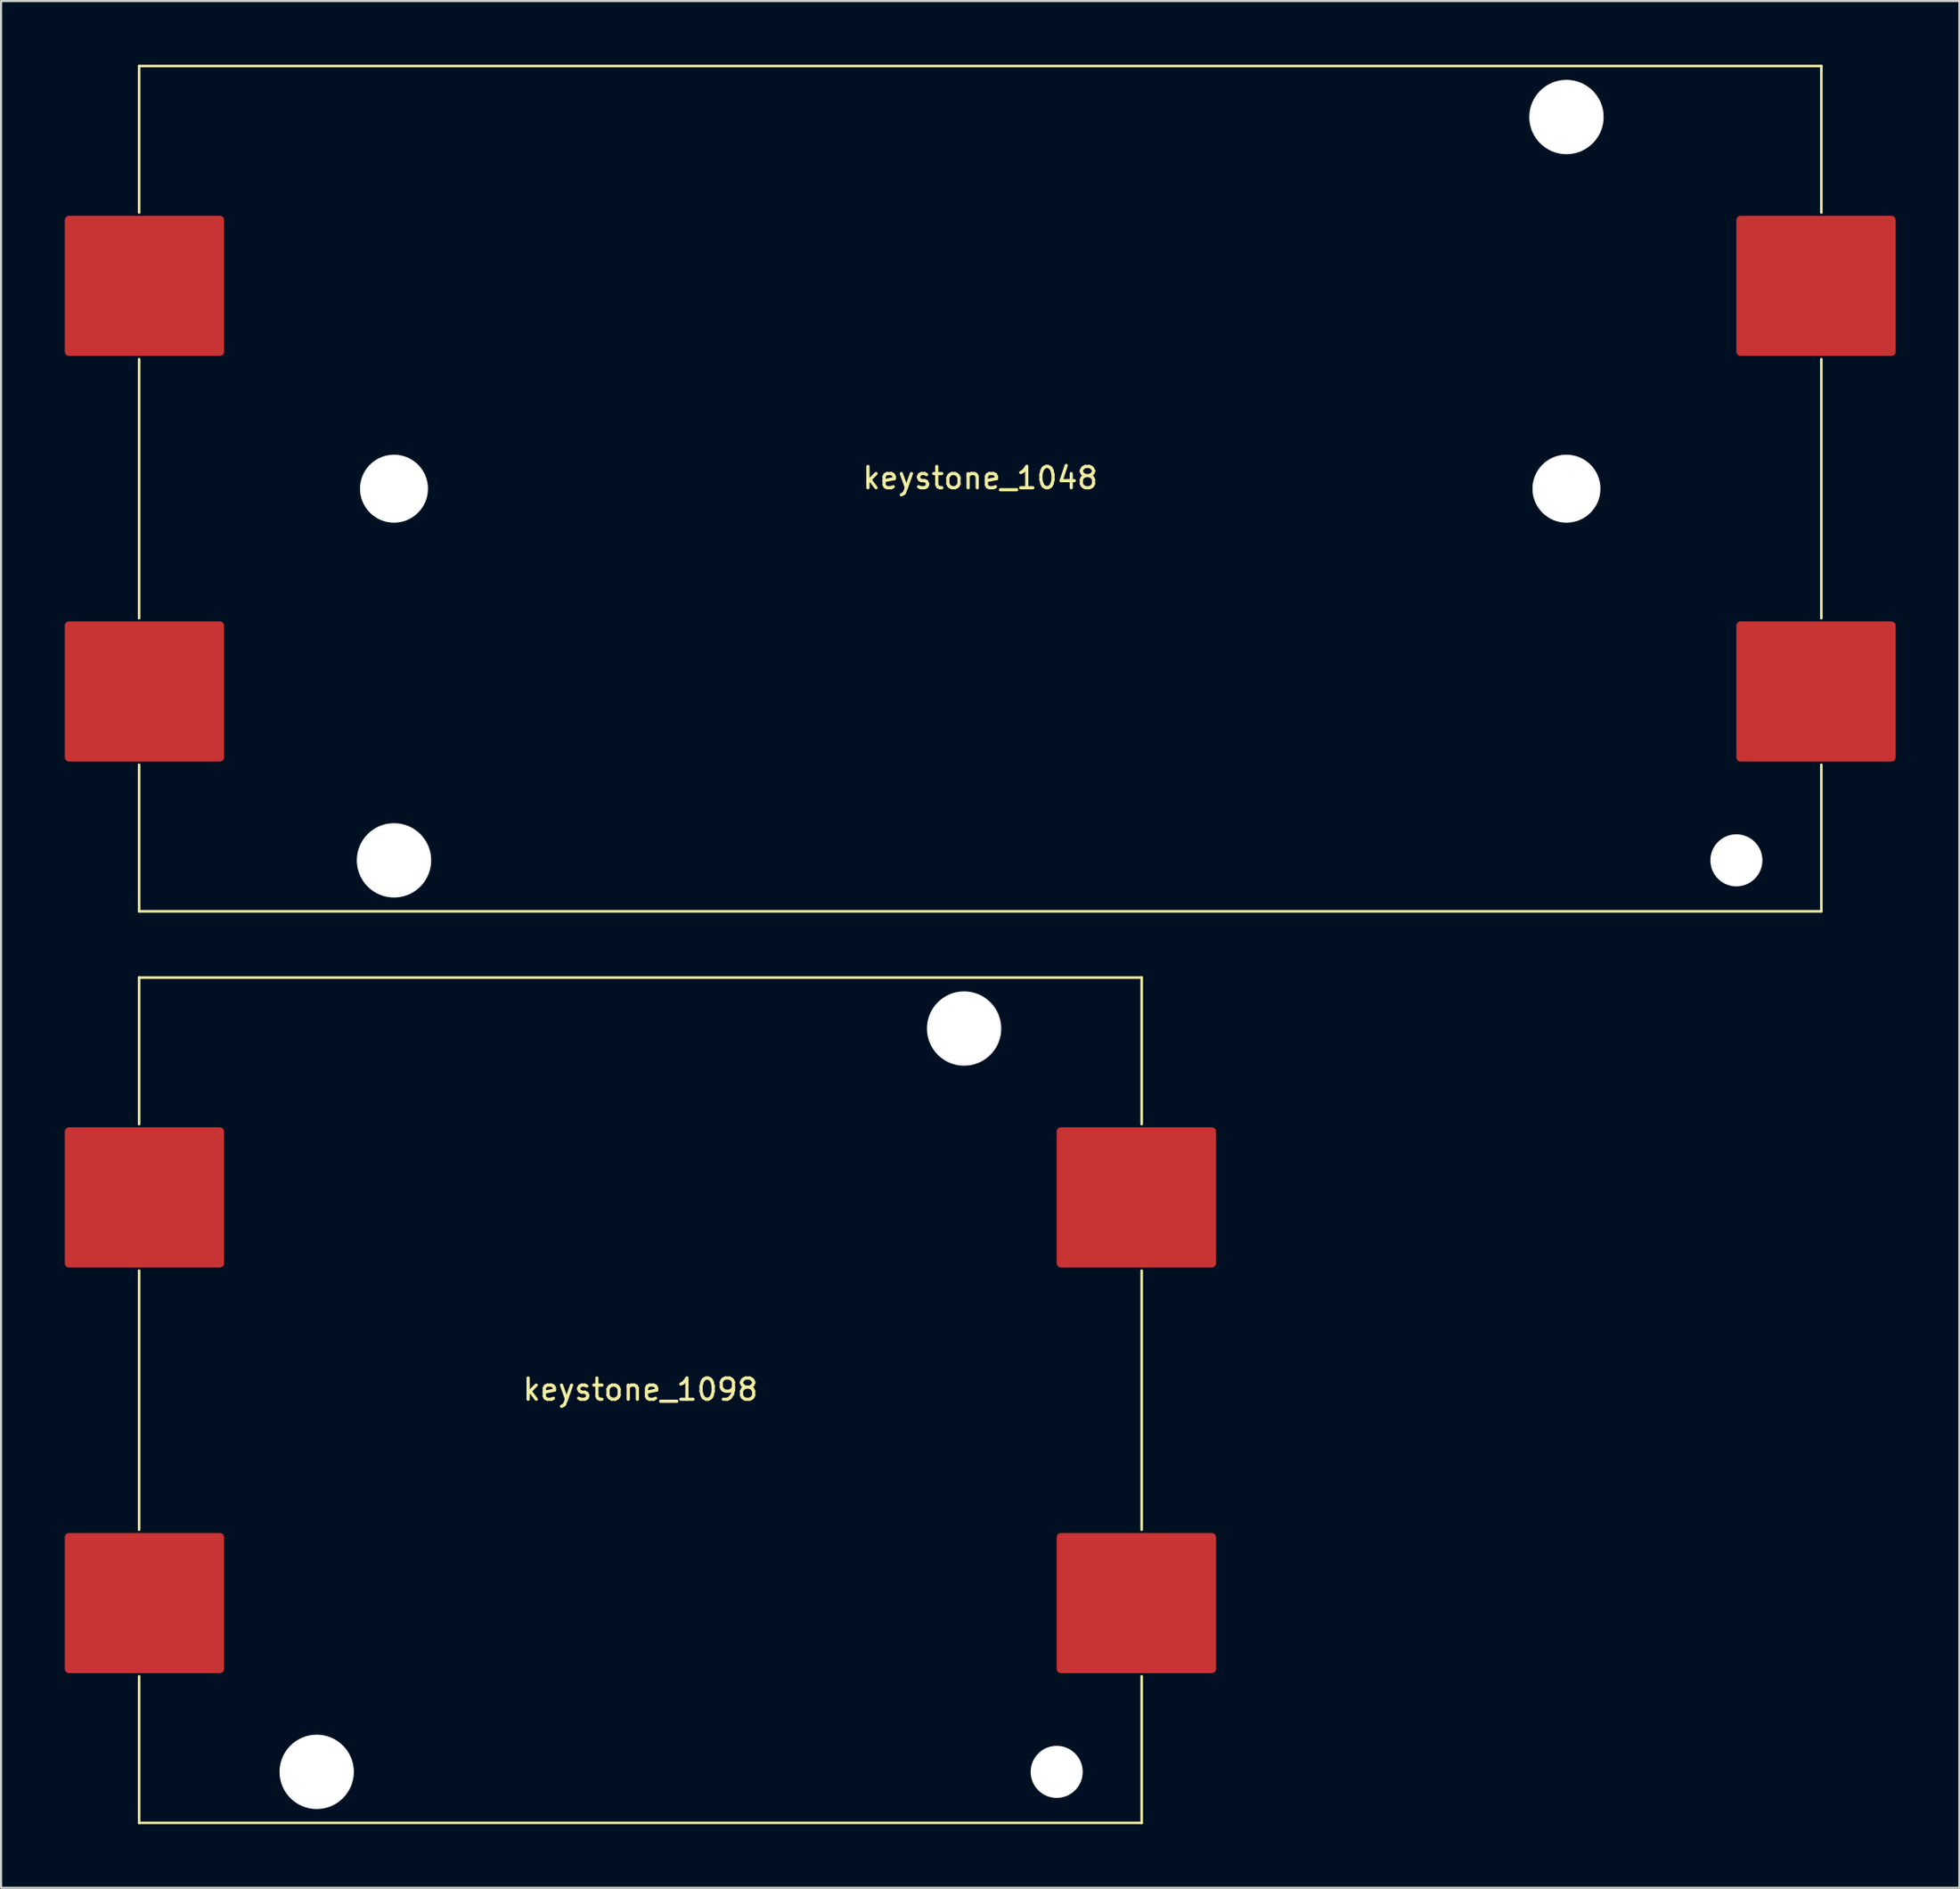
<source format=kicad_pcb>
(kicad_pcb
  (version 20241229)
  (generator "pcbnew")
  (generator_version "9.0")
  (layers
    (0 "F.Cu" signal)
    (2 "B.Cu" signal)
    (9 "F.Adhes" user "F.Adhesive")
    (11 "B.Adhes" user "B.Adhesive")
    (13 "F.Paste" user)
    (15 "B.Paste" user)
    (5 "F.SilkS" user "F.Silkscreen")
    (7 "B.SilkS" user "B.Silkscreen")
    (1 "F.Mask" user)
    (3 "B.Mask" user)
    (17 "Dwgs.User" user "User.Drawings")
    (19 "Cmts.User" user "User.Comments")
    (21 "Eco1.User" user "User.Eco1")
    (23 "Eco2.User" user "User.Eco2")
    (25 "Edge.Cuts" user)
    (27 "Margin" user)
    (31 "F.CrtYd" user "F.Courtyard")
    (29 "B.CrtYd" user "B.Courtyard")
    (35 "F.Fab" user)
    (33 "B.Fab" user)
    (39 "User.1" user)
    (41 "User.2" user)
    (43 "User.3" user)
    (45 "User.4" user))
  (footprint "keystone_1098"
    (layer "F.Cu")
    (at 27.1 62.88)
    (property "Reference" "keystone_1098" (at 0 -0.5 0) (unlocked yes) (layer "F.SilkS") (effects (font (size 1 1) (thickness 0.15))))
    (attr smd)
    (fp_line (start -23.6 -13) (end -23.6 -19.9) (stroke (width 0.12) (type solid)) (layer "F.SilkS"))
    (fp_line (start -23.6 -6.1) (end -23.6 6.1) (stroke (width 0.12) (type solid)) (layer "F.SilkS"))
    (fp_line (start -23.6 13) (end -23.6 19.9) (stroke (width 0.12) (type solid)) (layer "F.SilkS"))
    (fp_line (start -23.6 19.9) (end 23.6 19.9) (stroke (width 0.12) (type solid)) (layer "F.SilkS"))
    (fp_line (start 23.6 -19.9) (end -23.6 -19.9) (stroke (width 0.12) (type solid)) (layer "F.SilkS"))
    (fp_line (start 23.6 -13) (end 23.6 -19.9) (stroke (width 0.12) (type solid)) (layer "F.SilkS"))
    (fp_line (start 23.6 -6.1) (end 23.6 6.1) (stroke (width 0.12) (type solid)) (layer "F.SilkS"))
    (fp_line (start 23.6 13) (end 23.6 19.9) (stroke (width 0.12) (type solid)) (layer "F.SilkS"))
    (pad "" np_thru_hole circle (at -15.24 17.5) (size 3.5 3.5) (drill 3.5) (layers "*.Cu" "*.Mask"))
    (pad "" np_thru_hole circle (at 15.24 -17.5) (size 3.5 3.5) (drill 3.5) (layers "*.Cu" "*.Mask"))
    (pad "" np_thru_hole circle (at 19.6 17.5) (size 2.45 2.45) (drill 2.45) (layers "*.Cu" "*.Mask"))
    (pad "1" smd roundrect (at -23.35 -9.55) (size 7.5 6.6) (layers "F.Cu" "F.Mask" "F.Paste") (roundrect_rratio 0.03))
    (pad "2" smd roundrect (at 23.35 -9.55) (size 7.5 6.6) (layers "F.Cu" "F.Mask" "F.Paste") (roundrect_rratio 0.03))
    (pad "3" smd roundrect (at 23.35 9.55) (size 7.5 6.6) (layers "F.Cu" "F.Mask" "F.Paste") (roundrect_rratio 0.03))
    (pad "4" smd roundrect (at -23.35 9.55) (size 7.5 6.6) (layers "F.Cu" "F.Mask" "F.Paste") (roundrect_rratio 0.03)))
  (footprint "keystone_1048"
    (layer "F.Cu")
    (at 43.1 19.96)
    (property "Reference" "keystone_1048" (at 0 -0.5 0) (unlocked yes) (layer "F.SilkS") (effects (font (size 1 1) (thickness 0.15))))
    (attr smd)
    (fp_line (start -39.6 -13) (end -39.6 -19.9) (stroke (width 0.12) (type solid)) (layer "F.SilkS"))
    (fp_line (start -39.6 -6.1) (end -39.6 6.1) (stroke (width 0.12) (type solid)) (layer "F.SilkS"))
    (fp_line (start -39.6 13) (end -39.6 19.9) (stroke (width 0.12) (type solid)) (layer "F.SilkS"))
    (fp_line (start -39.6 19.9) (end 39.6 19.9) (stroke (width 0.12) (type solid)) (layer "F.SilkS"))
    (fp_line (start 39.6 -19.9) (end -39.6 -19.9) (stroke (width 0.12) (type solid)) (layer "F.SilkS"))
    (fp_line (start 39.6 -13) (end 39.6 -19.9) (stroke (width 0.12) (type solid)) (layer "F.SilkS"))
    (fp_line (start 39.6 -6.1) (end 39.6 6.1) (stroke (width 0.12) (type solid)) (layer "F.SilkS"))
    (fp_line (start 39.6 13) (end 39.6 19.9) (stroke (width 0.12) (type solid)) (layer "F.SilkS"))
    (pad "" np_thru_hole circle (at -27.6 0) (size 3.2 3.2) (drill 3.2) (layers "*.Cu" "*.Mask"))
    (pad "" np_thru_hole circle (at -27.6 17.5) (size 3.5 3.5) (drill 3.5) (layers "*.Cu" "*.Mask"))
    (pad "" np_thru_hole circle (at 27.6 -17.5) (size 3.5 3.5) (drill 3.5) (layers "*.Cu" "*.Mask"))
    (pad "" np_thru_hole circle (at 27.6 0) (size 3.2 3.2) (drill 3.2) (layers "*.Cu" "*.Mask"))
    (pad "" np_thru_hole circle (at 35.6 17.5) (size 2.45 2.45) (drill 2.45) (layers "*.Cu" "*.Mask"))
    (pad "1" smd roundrect (at -39.35 -9.55) (size 7.5 6.6) (layers "F.Cu" "F.Mask" "F.Paste") (roundrect_rratio 0.03))
    (pad "2" smd roundrect (at 39.35 -9.55) (size 7.5 6.6) (layers "F.Cu" "F.Mask" "F.Paste") (roundrect_rratio 0.03))
    (pad "3" smd roundrect (at 39.35 9.55) (size 7.5 6.6) (layers "F.Cu" "F.Mask" "F.Paste") (roundrect_rratio 0.03))
    (pad "4" smd roundrect (at -39.35 9.55) (size 7.5 6.6) (layers "F.Cu" "F.Mask" "F.Paste") (roundrect_rratio 0.03)))
  (gr_rect
    (start -3 -3)
    (end 89.2 85.84)
    (stroke (width 0.1) (type default))
    (fill no)
    (layer "Edge.Cuts")))
</source>
